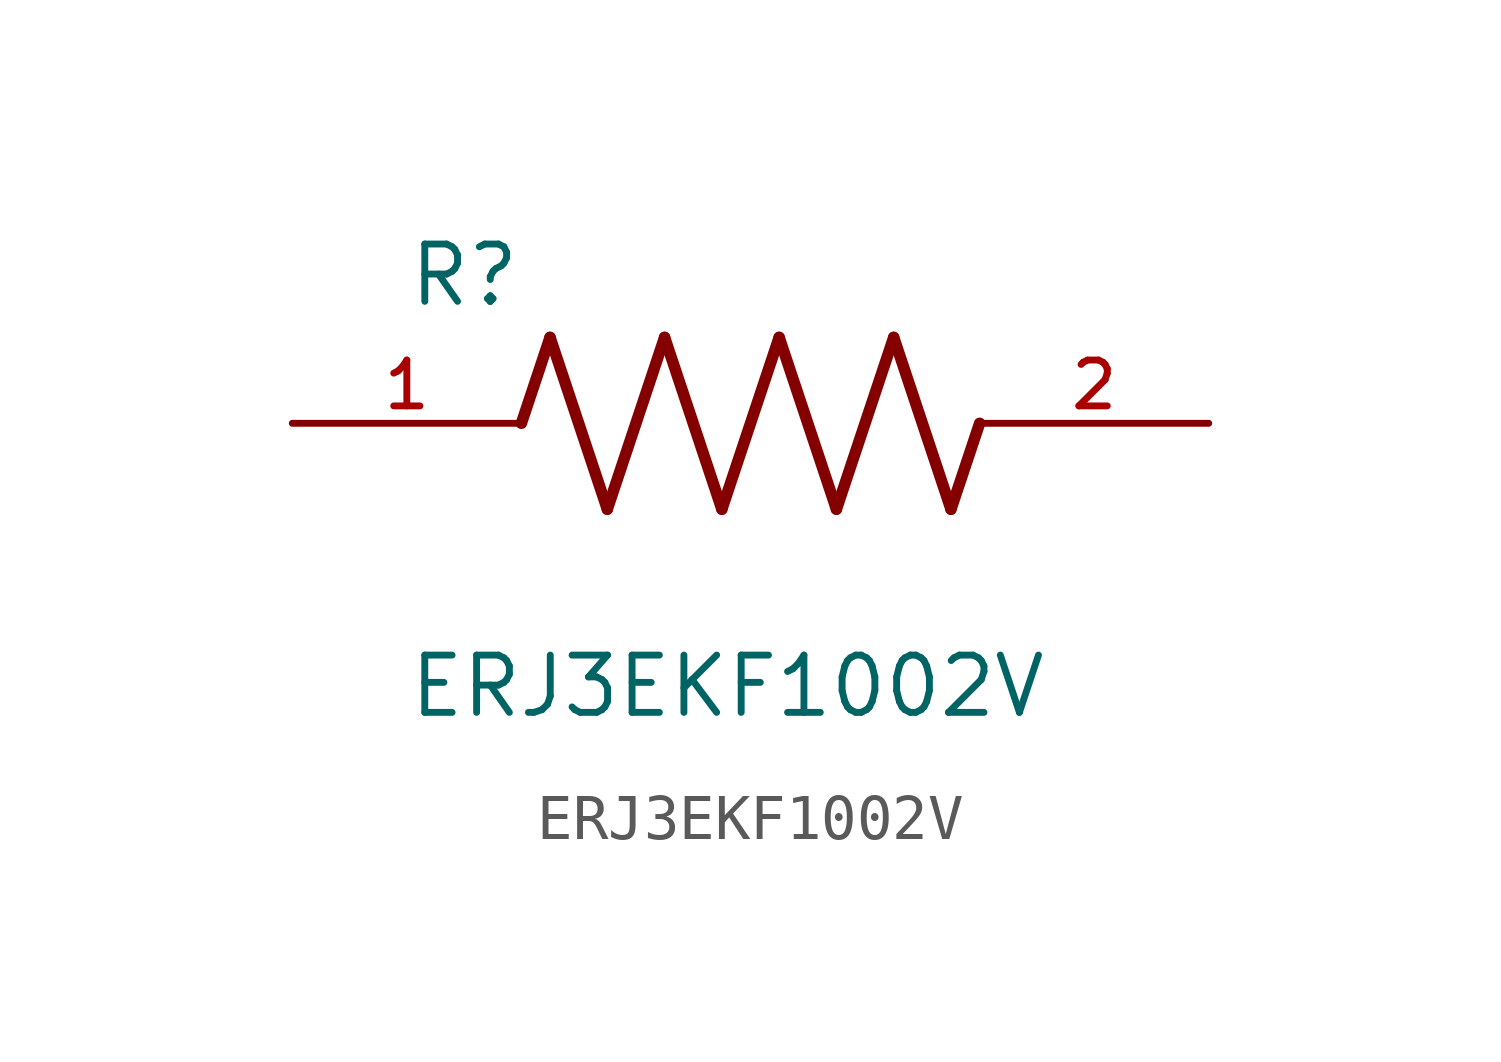
<source format=kicad_sym>
(kicad_symbol_lib
  (version 20211014)
  (generator kicad_symbol_editor)
  (symbol "ERJ3EKF1002V"
    (pin_names
      (offset 1.016))
    (property "Reference" "R"
      (at -7.624 2.541 0)
      (effects (font (size 1.27 1.27)) (justify bottom left)))
    (property "Value" "ERJ3EKF1002V"
      (at -7.624 -5.087 0)
      (effects (font (size 1.27 1.27)) (justify top left)))
    (symbol "ERJ3EKF1002V_0_0"
      (polyline (pts (xy -5.08 0.0) (xy -4.445 1.905)) (stroke (width 0.254)))
      (polyline (pts (xy -4.445 1.905) (xy -3.175 -1.905)) (stroke (width 0.254)))
      (polyline (pts (xy -3.175 -1.905) (xy -1.905 1.905)) (stroke (width 0.254)))
      (polyline (pts (xy -1.905 1.905) (xy -0.635 -1.905)) (stroke (width 0.254)))
      (polyline (pts (xy -0.635 -1.905) (xy 0.635 1.905)) (stroke (width 0.254)))
      (polyline (pts (xy 0.635 1.905) (xy 1.905 -1.905)) (stroke (width 0.254)))
      (polyline (pts (xy 1.905 -1.905) (xy 3.175 1.905)) (stroke (width 0.254)))
      (polyline (pts (xy 3.175 1.905) (xy 4.445 -1.905)) (stroke (width 0.254)))
      (polyline (pts (xy 4.445 -1.905) (xy 5.08 0.0)) (stroke (width 0.254)))
      (pin passive line (at -10.16 0.0 0) (length 5.08) (name "~" (effects (font (size 1.016 1.016)))) (number "1" (effects (font (size 1.016 1.016)))))
      (pin passive line (at 10.16 0.0 180.0) (length 5.08) (name "~" (effects (font (size 1.016 1.016)))) (number "2" (effects (font (size 1.016 1.016))))))))
</source>
